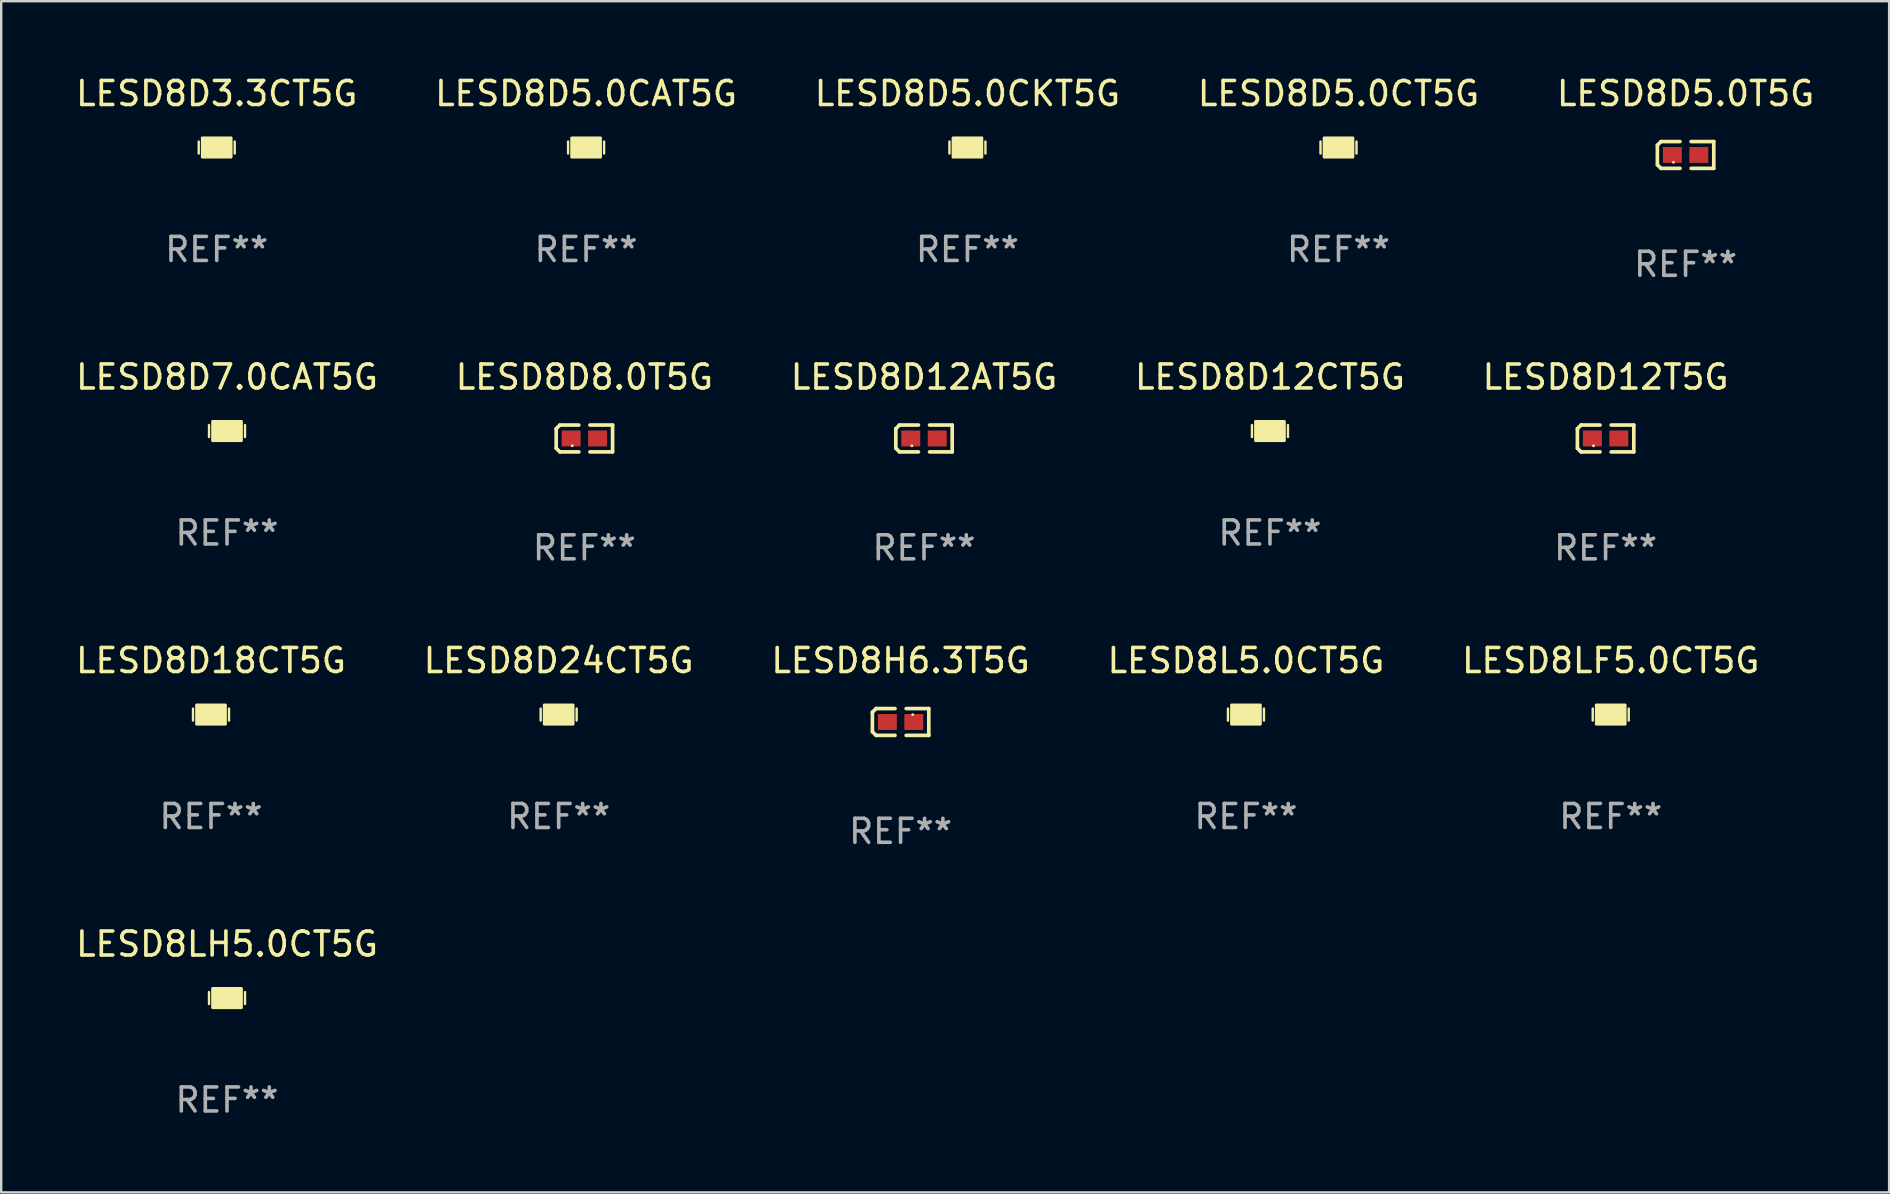
<source format=kicad_pcb>
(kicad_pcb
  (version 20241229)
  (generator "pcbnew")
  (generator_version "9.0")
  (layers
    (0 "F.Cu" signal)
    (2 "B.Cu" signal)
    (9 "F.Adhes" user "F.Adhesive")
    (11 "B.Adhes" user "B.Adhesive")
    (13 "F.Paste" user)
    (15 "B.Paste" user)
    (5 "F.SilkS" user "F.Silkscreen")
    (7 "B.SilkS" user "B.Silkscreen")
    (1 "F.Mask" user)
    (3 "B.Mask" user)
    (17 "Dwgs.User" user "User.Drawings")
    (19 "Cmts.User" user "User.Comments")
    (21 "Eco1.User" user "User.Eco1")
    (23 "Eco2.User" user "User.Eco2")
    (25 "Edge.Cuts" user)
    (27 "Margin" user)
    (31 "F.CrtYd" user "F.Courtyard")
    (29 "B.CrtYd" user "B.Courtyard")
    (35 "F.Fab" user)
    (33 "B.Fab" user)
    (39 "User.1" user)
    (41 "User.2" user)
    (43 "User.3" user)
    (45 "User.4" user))
  (footprint "LESD8D18CT5G"
    (layer "F.Cu")
    (at 5.744 26.729)
    (property "Reference" "LESD8D18CT5G" (at 0 -2.25 0) (layer "F.SilkS") (effects (font (size 1 1) (thickness 0.15))))
    (attr through_hole)
    (fp_line (start -0.75 0.25) (end -0.75 -0.25) (stroke (width 0.1) (type solid)) (layer "F.SilkS"))
    (fp_line (start 0.75 -0.25) (end 0.75 0.25) (stroke (width 0.1) (type solid)) (layer "F.SilkS"))
    (fp_circle (center -0.5 0.3) (end -0.47 0.3) (stroke (width 0.06) (type solid)) (fill no) (layer "F.SilkS"))
    (fp_poly (pts (xy -0.6 -0.4) (xy 0.6 -0.4) (xy 0.6 0.4) (xy -0.6 0.4)) (stroke (width 0.12) (type solid)) (fill yes) (layer "F.SilkS"))
    (fp_text user "REF**" (at 0 4.25 0) (layer "F.Fab") (effects (font (size 1 1) (thickness 0.15))))
    (pad "1" smd rect (at -0.325 -0.000013) (size 0.3 0.6) (layers "F.Cu" "F.Mask" "F.Paste"))
    (pad "2" smd rect (at 0.325 -0.000013) (size 0.3 0.6) (layers "F.Cu" "F.Mask" "F.Paste")))
  (footprint "LESD8D8.0T5G"
    (layer "F.Cu")
    (at 21.304 15.223)
    (property "Reference" "LESD8D8.0T5G" (at 0 -2.559 0) (layer "F.SilkS") (effects (font (size 1 1) (thickness 0.15))))
    (attr through_hole)
    (fp_line (start -1.175 -0.407) (end -1.023 -0.559) (stroke (width 0.152) (type solid)) (layer "F.SilkS"))
    (fp_line (start -1.175 0.407) (end -1.175 -0.407) (stroke (width 0.152) (type solid)) (layer "F.SilkS"))
    (fp_line (start -1.023 -0.559) (end -0.232 -0.559) (stroke (width 0.152) (type solid)) (layer "F.SilkS"))
    (fp_line (start -1.023 0.559) (end -1.175 0.407) (stroke (width 0.152) (type solid)) (layer "F.SilkS"))
    (fp_line (start -0.232 0.559) (end -1.023 0.559) (stroke (width 0.152) (type solid)) (layer "F.SilkS"))
    (fp_line (start 0.232 0.559) (end 1.175 0.559) (stroke (width 0.152) (type solid)) (layer "F.SilkS"))
    (fp_line (start 1.175 -0.559) (end 0.232 -0.559) (stroke (width 0.152) (type solid)) (layer "F.SilkS"))
    (fp_line (start 1.175 0.559) (end 1.175 -0.559) (stroke (width 0.152) (type solid)) (layer "F.SilkS"))
    (fp_circle (center -0.506 0.306) (end -0.476 0.306) (stroke (width 0.06) (type solid)) (fill no) (layer "F.SilkS"))
    (fp_text user "REF**" (at 0 4.559 0) (layer "F.Fab") (effects (font (size 1 1) (thickness 0.15))))
    (pad "1" smd rect (at -0.551 0) (size 0.79 0.661) (layers "F.Cu" "F.Mask" "F.Paste"))
    (pad "2" smd rect (at 0.551 0) (size 0.79 0.661) (layers "F.Cu" "F.Mask" "F.Paste")))
  (footprint "LESD8L5.0CT5G"
    (layer "F.Cu")
    (at 48.875 26.729)
    (property "Reference" "LESD8L5.0CT5G" (at 0 -2.25 0) (layer "F.SilkS") (effects (font (size 1 1) (thickness 0.15))))
    (attr through_hole)
    (fp_line (start -0.75 0.25) (end -0.75 -0.25) (stroke (width 0.1) (type solid)) (layer "F.SilkS"))
    (fp_line (start 0.75 -0.25) (end 0.75 0.25) (stroke (width 0.1) (type solid)) (layer "F.SilkS"))
    (fp_circle (center -0.5 0.3) (end -0.47 0.3) (stroke (width 0.06) (type solid)) (fill no) (layer "F.SilkS"))
    (fp_poly (pts (xy -0.6 -0.4) (xy 0.6 -0.4) (xy 0.6 0.4) (xy -0.6 0.4)) (stroke (width 0.12) (type solid)) (fill yes) (layer "F.SilkS"))
    (fp_text user "REF**" (at 0 4.25 0) (layer "F.Fab") (effects (font (size 1 1) (thickness 0.15))))
    (pad "1" smd rect (at -0.325 -0.000013) (size 0.3 0.6) (layers "F.Cu" "F.Mask" "F.Paste"))
    (pad "2" smd rect (at 0.325 -0.000013) (size 0.3 0.6) (layers "F.Cu" "F.Mask" "F.Paste")))
  (footprint "LESD8D5.0CT5G"
    (layer "F.Cu")
    (at 52.732 3.098)
    (property "Reference" "LESD8D5.0CT5G" (at 0 -2.25 0) (layer "F.SilkS") (effects (font (size 1 1) (thickness 0.15))))
    (attr through_hole)
    (fp_line (start -0.75 0.25) (end -0.75 -0.25) (stroke (width 0.1) (type solid)) (layer "F.SilkS"))
    (fp_line (start 0.75 -0.25) (end 0.75 0.25) (stroke (width 0.1) (type solid)) (layer "F.SilkS"))
    (fp_circle (center -0.5 0.3) (end -0.47 0.3) (stroke (width 0.06) (type solid)) (fill no) (layer "F.SilkS"))
    (fp_poly (pts (xy -0.6 -0.4) (xy 0.6 -0.4) (xy 0.6 0.4) (xy -0.6 0.4)) (stroke (width 0.12) (type solid)) (fill yes) (layer "F.SilkS"))
    (fp_text user "REF**" (at 0 4.25 0) (layer "F.Fab") (effects (font (size 1 1) (thickness 0.15))))
    (pad "1" smd rect (at -0.325 -0.000013) (size 0.3 0.6) (layers "F.Cu" "F.Mask" "F.Paste"))
    (pad "2" smd rect (at 0.325 -0.000013) (size 0.3 0.6) (layers "F.Cu" "F.Mask" "F.Paste")))
  (footprint "LESD8D24CT5G"
    (layer "F.Cu")
    (at 20.232 26.729)
    (property "Reference" "LESD8D24CT5G" (at 0 -2.25 0) (layer "F.SilkS") (effects (font (size 1 1) (thickness 0.15))))
    (attr through_hole)
    (fp_line (start -0.75 0.25) (end -0.75 -0.25) (stroke (width 0.1) (type solid)) (layer "F.SilkS"))
    (fp_line (start 0.75 -0.25) (end 0.75 0.25) (stroke (width 0.1) (type solid)) (layer "F.SilkS"))
    (fp_circle (center -0.5 0.3) (end -0.47 0.3) (stroke (width 0.06) (type solid)) (fill no) (layer "F.SilkS"))
    (fp_poly (pts (xy -0.6 -0.4) (xy 0.6 -0.4) (xy 0.6 0.4) (xy -0.6 0.4)) (stroke (width 0.12) (type solid)) (fill yes) (layer "F.SilkS"))
    (fp_text user "REF**" (at 0 4.25 0) (layer "F.Fab") (effects (font (size 1 1) (thickness 0.15))))
    (pad "1" smd rect (at -0.325 -0.000013) (size 0.3 0.6) (layers "F.Cu" "F.Mask" "F.Paste"))
    (pad "2" smd rect (at 0.325 -0.000013) (size 0.3 0.6) (layers "F.Cu" "F.Mask" "F.Paste")))
  (footprint "LESD8D5.0T5G"
    (layer "F.Cu")
    (at 67.196 3.408)
    (property "Reference" "LESD8D5.0T5G" (at 0 -2.559 0) (layer "F.SilkS") (effects (font (size 1 1) (thickness 0.15))))
    (attr through_hole)
    (fp_line (start -1.175 -0.407) (end -1.023 -0.559) (stroke (width 0.152) (type solid)) (layer "F.SilkS"))
    (fp_line (start -1.175 0.407) (end -1.175 -0.407) (stroke (width 0.152) (type solid)) (layer "F.SilkS"))
    (fp_line (start -1.023 -0.559) (end -0.232 -0.559) (stroke (width 0.152) (type solid)) (layer "F.SilkS"))
    (fp_line (start -1.023 0.559) (end -1.175 0.407) (stroke (width 0.152) (type solid)) (layer "F.SilkS"))
    (fp_line (start -0.232 0.559) (end -1.023 0.559) (stroke (width 0.152) (type solid)) (layer "F.SilkS"))
    (fp_line (start 0.232 0.559) (end 1.175 0.559) (stroke (width 0.152) (type solid)) (layer "F.SilkS"))
    (fp_line (start 1.175 -0.559) (end 0.232 -0.559) (stroke (width 0.152) (type solid)) (layer "F.SilkS"))
    (fp_line (start 1.175 0.559) (end 1.175 -0.559) (stroke (width 0.152) (type solid)) (layer "F.SilkS"))
    (fp_circle (center -0.506 0.306) (end -0.476 0.306) (stroke (width 0.06) (type solid)) (fill no) (layer "F.SilkS"))
    (fp_text user "REF**" (at 0 4.559 0) (layer "F.Fab") (effects (font (size 1 1) (thickness 0.15))))
    (pad "1" smd rect (at -0.551 0) (size 0.79 0.661) (layers "F.Cu" "F.Mask" "F.Paste"))
    (pad "2" smd rect (at 0.551 0) (size 0.79 0.661) (layers "F.Cu" "F.Mask" "F.Paste")))
  (footprint "LESD8D7.0CAT5G"
    (layer "F.Cu")
    (at 6.411 14.913)
    (property "Reference" "LESD8D7.0CAT5G" (at 0 -2.25 0) (layer "F.SilkS") (effects (font (size 1 1) (thickness 0.15))))
    (attr through_hole)
    (fp_line (start -0.75 0.25) (end -0.75 -0.25) (stroke (width 0.1) (type solid)) (layer "F.SilkS"))
    (fp_line (start 0.75 -0.25) (end 0.75 0.25) (stroke (width 0.1) (type solid)) (layer "F.SilkS"))
    (fp_circle (center -0.5 0.3) (end -0.47 0.3) (stroke (width 0.06) (type solid)) (fill no) (layer "F.SilkS"))
    (fp_poly (pts (xy -0.6 -0.4) (xy 0.6 -0.4) (xy 0.6 0.4) (xy -0.6 0.4)) (stroke (width 0.12) (type solid)) (fill yes) (layer "F.SilkS"))
    (fp_text user "REF**" (at 0 4.25 0) (layer "F.Fab") (effects (font (size 1 1) (thickness 0.15))))
    (pad "1" smd rect (at -0.325 -0.000013) (size 0.3 0.6) (layers "F.Cu" "F.Mask" "F.Paste"))
    (pad "2" smd rect (at 0.325 -0.000013) (size 0.3 0.6) (layers "F.Cu" "F.Mask" "F.Paste")))
  (footprint "LESD8D12AT5G"
    (layer "F.Cu")
    (at 35.458 15.223)
    (property "Reference" "LESD8D12AT5G" (at 0 -2.559 0) (layer "F.SilkS") (effects (font (size 1 1) (thickness 0.15))))
    (attr through_hole)
    (fp_line (start -1.175 -0.407) (end -1.023 -0.559) (stroke (width 0.152) (type solid)) (layer "F.SilkS"))
    (fp_line (start -1.175 0.407) (end -1.175 -0.407) (stroke (width 0.152) (type solid)) (layer "F.SilkS"))
    (fp_line (start -1.023 -0.559) (end -0.232 -0.559) (stroke (width 0.152) (type solid)) (layer "F.SilkS"))
    (fp_line (start -1.023 0.559) (end -1.175 0.407) (stroke (width 0.152) (type solid)) (layer "F.SilkS"))
    (fp_line (start -0.232 0.559) (end -1.023 0.559) (stroke (width 0.152) (type solid)) (layer "F.SilkS"))
    (fp_line (start 0.232 0.559) (end 1.175 0.559) (stroke (width 0.152) (type solid)) (layer "F.SilkS"))
    (fp_line (start 1.175 -0.559) (end 0.232 -0.559) (stroke (width 0.152) (type solid)) (layer "F.SilkS"))
    (fp_line (start 1.175 0.559) (end 1.175 -0.559) (stroke (width 0.152) (type solid)) (layer "F.SilkS"))
    (fp_circle (center -0.506 0.306) (end -0.476 0.306) (stroke (width 0.06) (type solid)) (fill no) (layer "F.SilkS"))
    (fp_text user "REF**" (at 0 4.559 0) (layer "F.Fab") (effects (font (size 1 1) (thickness 0.15))))
    (pad "1" smd rect (at -0.551 0) (size 0.79 0.661) (layers "F.Cu" "F.Mask" "F.Paste"))
    (pad "2" smd rect (at 0.551 0) (size 0.79 0.661) (layers "F.Cu" "F.Mask" "F.Paste")))
  (footprint "LESD8LH5.0CT5G"
    (layer "F.Cu")
    (at 6.411 38.544)
    (property "Reference" "LESD8LH5.0CT5G" (at 0 -2.25 0) (layer "F.SilkS") (effects (font (size 1 1) (thickness 0.15))))
    (attr through_hole)
    (fp_line (start -0.75 0.25) (end -0.75 -0.25) (stroke (width 0.1) (type solid)) (layer "F.SilkS"))
    (fp_line (start 0.75 -0.25) (end 0.75 0.25) (stroke (width 0.1) (type solid)) (layer "F.SilkS"))
    (fp_circle (center -0.5 0.3) (end -0.47 0.3) (stroke (width 0.06) (type solid)) (fill no) (layer "F.SilkS"))
    (fp_poly (pts (xy -0.6 -0.4) (xy 0.6 -0.4) (xy 0.6 0.4) (xy -0.6 0.4)) (stroke (width 0.12) (type solid)) (fill yes) (layer "F.SilkS"))
    (fp_text user "REF**" (at 0 4.25 0) (layer "F.Fab") (effects (font (size 1 1) (thickness 0.15))))
    (pad "1" smd rect (at -0.325 -0.000013) (size 0.3 0.6) (layers "F.Cu" "F.Mask" "F.Paste"))
    (pad "2" smd rect (at 0.325 -0.000013) (size 0.3 0.6) (layers "F.Cu" "F.Mask" "F.Paste")))
  (footprint "LESD8D5.0CAT5G"
    (layer "F.Cu")
    (at 21.375 3.098)
    (property "Reference" "LESD8D5.0CAT5G" (at 0 -2.25 0) (layer "F.SilkS") (effects (font (size 1 1) (thickness 0.15))))
    (attr through_hole)
    (fp_line (start -0.75 0.25) (end -0.75 -0.25) (stroke (width 0.1) (type solid)) (layer "F.SilkS"))
    (fp_line (start 0.75 -0.25) (end 0.75 0.25) (stroke (width 0.1) (type solid)) (layer "F.SilkS"))
    (fp_circle (center -0.5 0.3) (end -0.47 0.3) (stroke (width 0.06) (type solid)) (fill no) (layer "F.SilkS"))
    (fp_poly (pts (xy -0.6 -0.4) (xy 0.6 -0.4) (xy 0.6 0.4) (xy -0.6 0.4)) (stroke (width 0.12) (type solid)) (fill yes) (layer "F.SilkS"))
    (fp_text user "REF**" (at 0 4.25 0) (layer "F.Fab") (effects (font (size 1 1) (thickness 0.15))))
    (pad "1" smd rect (at -0.325 -0.000013) (size 0.3 0.6) (layers "F.Cu" "F.Mask" "F.Paste"))
    (pad "2" smd rect (at 0.325 -0.000013) (size 0.3 0.6) (layers "F.Cu" "F.Mask" "F.Paste")))
  (footprint "LESD8LF5.0CT5G"
    (layer "F.Cu")
    (at 64.077 26.729)
    (property "Reference" "LESD8LF5.0CT5G" (at 0 -2.25 0) (layer "F.SilkS") (effects (font (size 1 1) (thickness 0.15))))
    (attr through_hole)
    (fp_line (start -0.75 0.25) (end -0.75 -0.25) (stroke (width 0.1) (type solid)) (layer "F.SilkS"))
    (fp_line (start 0.75 -0.25) (end 0.75 0.25) (stroke (width 0.1) (type solid)) (layer "F.SilkS"))
    (fp_circle (center -0.5 0.3) (end -0.47 0.3) (stroke (width 0.06) (type solid)) (fill no) (layer "F.SilkS"))
    (fp_poly (pts (xy -0.6 -0.4) (xy 0.6 -0.4) (xy 0.6 0.4) (xy -0.6 0.4)) (stroke (width 0.12) (type solid)) (fill yes) (layer "F.SilkS"))
    (fp_text user "REF**" (at 0 4.25 0) (layer "F.Fab") (effects (font (size 1 1) (thickness 0.15))))
    (pad "1" smd rect (at -0.325 -0.000013) (size 0.3 0.6) (layers "F.Cu" "F.Mask" "F.Paste"))
    (pad "2" smd rect (at 0.325 -0.000013) (size 0.3 0.6) (layers "F.Cu" "F.Mask" "F.Paste")))
  (footprint "LESD8D12CT5G"
    (layer "F.Cu")
    (at 49.875 14.913)
    (property "Reference" "LESD8D12CT5G" (at 0 -2.25 0) (layer "F.SilkS") (effects (font (size 1 1) (thickness 0.15))))
    (attr through_hole)
    (fp_line (start -0.75 0.25) (end -0.75 -0.25) (stroke (width 0.1) (type solid)) (layer "F.SilkS"))
    (fp_line (start 0.75 -0.25) (end 0.75 0.25) (stroke (width 0.1) (type solid)) (layer "F.SilkS"))
    (fp_circle (center -0.5 0.3) (end -0.47 0.3) (stroke (width 0.06) (type solid)) (fill no) (layer "F.SilkS"))
    (fp_poly (pts (xy -0.6 -0.4) (xy 0.6 -0.4) (xy 0.6 0.4) (xy -0.6 0.4)) (stroke (width 0.12) (type solid)) (fill yes) (layer "F.SilkS"))
    (fp_text user "REF**" (at 0 4.25 0) (layer "F.Fab") (effects (font (size 1 1) (thickness 0.15))))
    (pad "1" smd rect (at -0.325 -0.000013) (size 0.3 0.6) (layers "F.Cu" "F.Mask" "F.Paste"))
    (pad "2" smd rect (at 0.325 -0.000013) (size 0.3 0.6) (layers "F.Cu" "F.Mask" "F.Paste")))
  (footprint "LESD8H6.3T5G"
    (layer "F.Cu")
    (at 34.482 27.038)
    (property "Reference" "LESD8H6.3T5G" (at 0 -2.559 0) (layer "F.SilkS") (effects (font (size 1 1) (thickness 0.15))))
    (attr through_hole)
    (fp_line (start -1.175 -0.407) (end -1.023 -0.559) (stroke (width 0.152) (type solid)) (layer "F.SilkS"))
    (fp_line (start -1.175 0.407) (end -1.175 -0.407) (stroke (width 0.152) (type solid)) (layer "F.SilkS"))
    (fp_line (start -1.023 -0.559) (end -0.232 -0.559) (stroke (width 0.152) (type solid)) (layer "F.SilkS"))
    (fp_line (start -1.023 0.559) (end -1.175 0.407) (stroke (width 0.152) (type solid)) (layer "F.SilkS"))
    (fp_line (start -0.232 0.559) (end -1.023 0.559) (stroke (width 0.152) (type solid)) (layer "F.SilkS"))
    (fp_line (start 0.232 0.559) (end 1.175 0.559) (stroke (width 0.152) (type solid)) (layer "F.SilkS"))
    (fp_line (start 1.175 -0.559) (end 0.232 -0.559) (stroke (width 0.152) (type solid)) (layer "F.SilkS"))
    (fp_line (start 1.175 0.559) (end 1.175 -0.559) (stroke (width 0.152) (type solid)) (layer "F.SilkS"))
    (fp_circle (center 0.506 -0.306) (end 0.536 -0.306) (stroke (width 0.06) (type solid)) (fill no) (layer "F.SilkS"))
    (fp_text user "REF**" (at 0 4.559 0) (layer "F.Fab") (effects (font (size 1 1) (thickness 0.15))))
    (pad "1" smd rect (at 0.551 0) (size 0.79 0.661) (layers "F.Cu" "F.Mask" "F.Paste"))
    (pad "2" smd rect (at -0.551 0) (size 0.79 0.661) (layers "F.Cu" "F.Mask" "F.Paste")))
  (footprint "LESD8D3.3CT5G"
    (layer "F.Cu")
    (at 5.982 3.098)
    (property "Reference" "LESD8D3.3CT5G" (at 0 -2.25 0) (layer "F.SilkS") (effects (font (size 1 1) (thickness 0.15))))
    (attr through_hole)
    (fp_line (start -0.75 0.25) (end -0.75 -0.25) (stroke (width 0.1) (type solid)) (layer "F.SilkS"))
    (fp_line (start 0.75 -0.25) (end 0.75 0.25) (stroke (width 0.1) (type solid)) (layer "F.SilkS"))
    (fp_circle (center -0.5 0.3) (end -0.47 0.3) (stroke (width 0.06) (type solid)) (fill no) (layer "F.SilkS"))
    (fp_poly (pts (xy -0.6 -0.4) (xy 0.6 -0.4) (xy 0.6 0.4) (xy -0.6 0.4)) (stroke (width 0.12) (type solid)) (fill yes) (layer "F.SilkS"))
    (fp_text user "REF**" (at 0 4.25 0) (layer "F.Fab") (effects (font (size 1 1) (thickness 0.15))))
    (pad "1" smd rect (at -0.325 -0.000013) (size 0.3 0.6) (layers "F.Cu" "F.Mask" "F.Paste"))
    (pad "2" smd rect (at 0.325 -0.000013) (size 0.3 0.6) (layers "F.Cu" "F.Mask" "F.Paste")))
  (footprint "LESD8D5.0CKT5G"
    (layer "F.Cu")
    (at 37.268 3.098)
    (property "Reference" "LESD8D5.0CKT5G" (at 0 -2.25 0) (layer "F.SilkS") (effects (font (size 1 1) (thickness 0.15))))
    (attr through_hole)
    (fp_line (start -0.75 0.25) (end -0.75 -0.25) (stroke (width 0.1) (type solid)) (layer "F.SilkS"))
    (fp_line (start 0.75 -0.25) (end 0.75 0.25) (stroke (width 0.1) (type solid)) (layer "F.SilkS"))
    (fp_circle (center -0.5 0.3) (end -0.47 0.3) (stroke (width 0.06) (type solid)) (fill no) (layer "F.SilkS"))
    (fp_poly (pts (xy -0.6 -0.4) (xy 0.6 -0.4) (xy 0.6 0.4) (xy -0.6 0.4)) (stroke (width 0.12) (type solid)) (fill yes) (layer "F.SilkS"))
    (fp_text user "REF**" (at 0 4.25 0) (layer "F.Fab") (effects (font (size 1 1) (thickness 0.15))))
    (pad "1" smd rect (at -0.325 -0.000013) (size 0.3 0.6) (layers "F.Cu" "F.Mask" "F.Paste"))
    (pad "2" smd rect (at 0.325 -0.000013) (size 0.3 0.6) (layers "F.Cu" "F.Mask" "F.Paste")))
  (footprint "LESD8D12T5G"
    (layer "F.Cu")
    (at 63.863 15.223)
    (property "Reference" "LESD8D12T5G" (at 0 -2.559 0) (layer "F.SilkS") (effects (font (size 1 1) (thickness 0.15))))
    (attr through_hole)
    (fp_line (start -1.175 -0.407) (end -1.023 -0.559) (stroke (width 0.152) (type solid)) (layer "F.SilkS"))
    (fp_line (start -1.175 0.407) (end -1.175 -0.407) (stroke (width 0.152) (type solid)) (layer "F.SilkS"))
    (fp_line (start -1.023 -0.559) (end -0.232 -0.559) (stroke (width 0.152) (type solid)) (layer "F.SilkS"))
    (fp_line (start -1.023 0.559) (end -1.175 0.407) (stroke (width 0.152) (type solid)) (layer "F.SilkS"))
    (fp_line (start -0.232 0.559) (end -1.023 0.559) (stroke (width 0.152) (type solid)) (layer "F.SilkS"))
    (fp_line (start 0.232 0.559) (end 1.175 0.559) (stroke (width 0.152) (type solid)) (layer "F.SilkS"))
    (fp_line (start 1.175 -0.559) (end 0.232 -0.559) (stroke (width 0.152) (type solid)) (layer "F.SilkS"))
    (fp_line (start 1.175 0.559) (end 1.175 -0.559) (stroke (width 0.152) (type solid)) (layer "F.SilkS"))
    (fp_circle (center -0.506 0.306) (end -0.476 0.306) (stroke (width 0.06) (type solid)) (fill no) (layer "F.SilkS"))
    (fp_text user "REF**" (at 0 4.559 0) (layer "F.Fab") (effects (font (size 1 1) (thickness 0.15))))
    (pad "1" smd rect (at -0.551 0) (size 0.79 0.661) (layers "F.Cu" "F.Mask" "F.Paste"))
    (pad "2" smd rect (at 0.551 0) (size 0.79 0.661) (layers "F.Cu" "F.Mask" "F.Paste")))
  (gr_rect
    (start -3 -3)
    (end 75.679 46.642)
    (stroke (width 0.1) (type default))
    (fill no)
    (layer "Edge.Cuts")))
</source>
